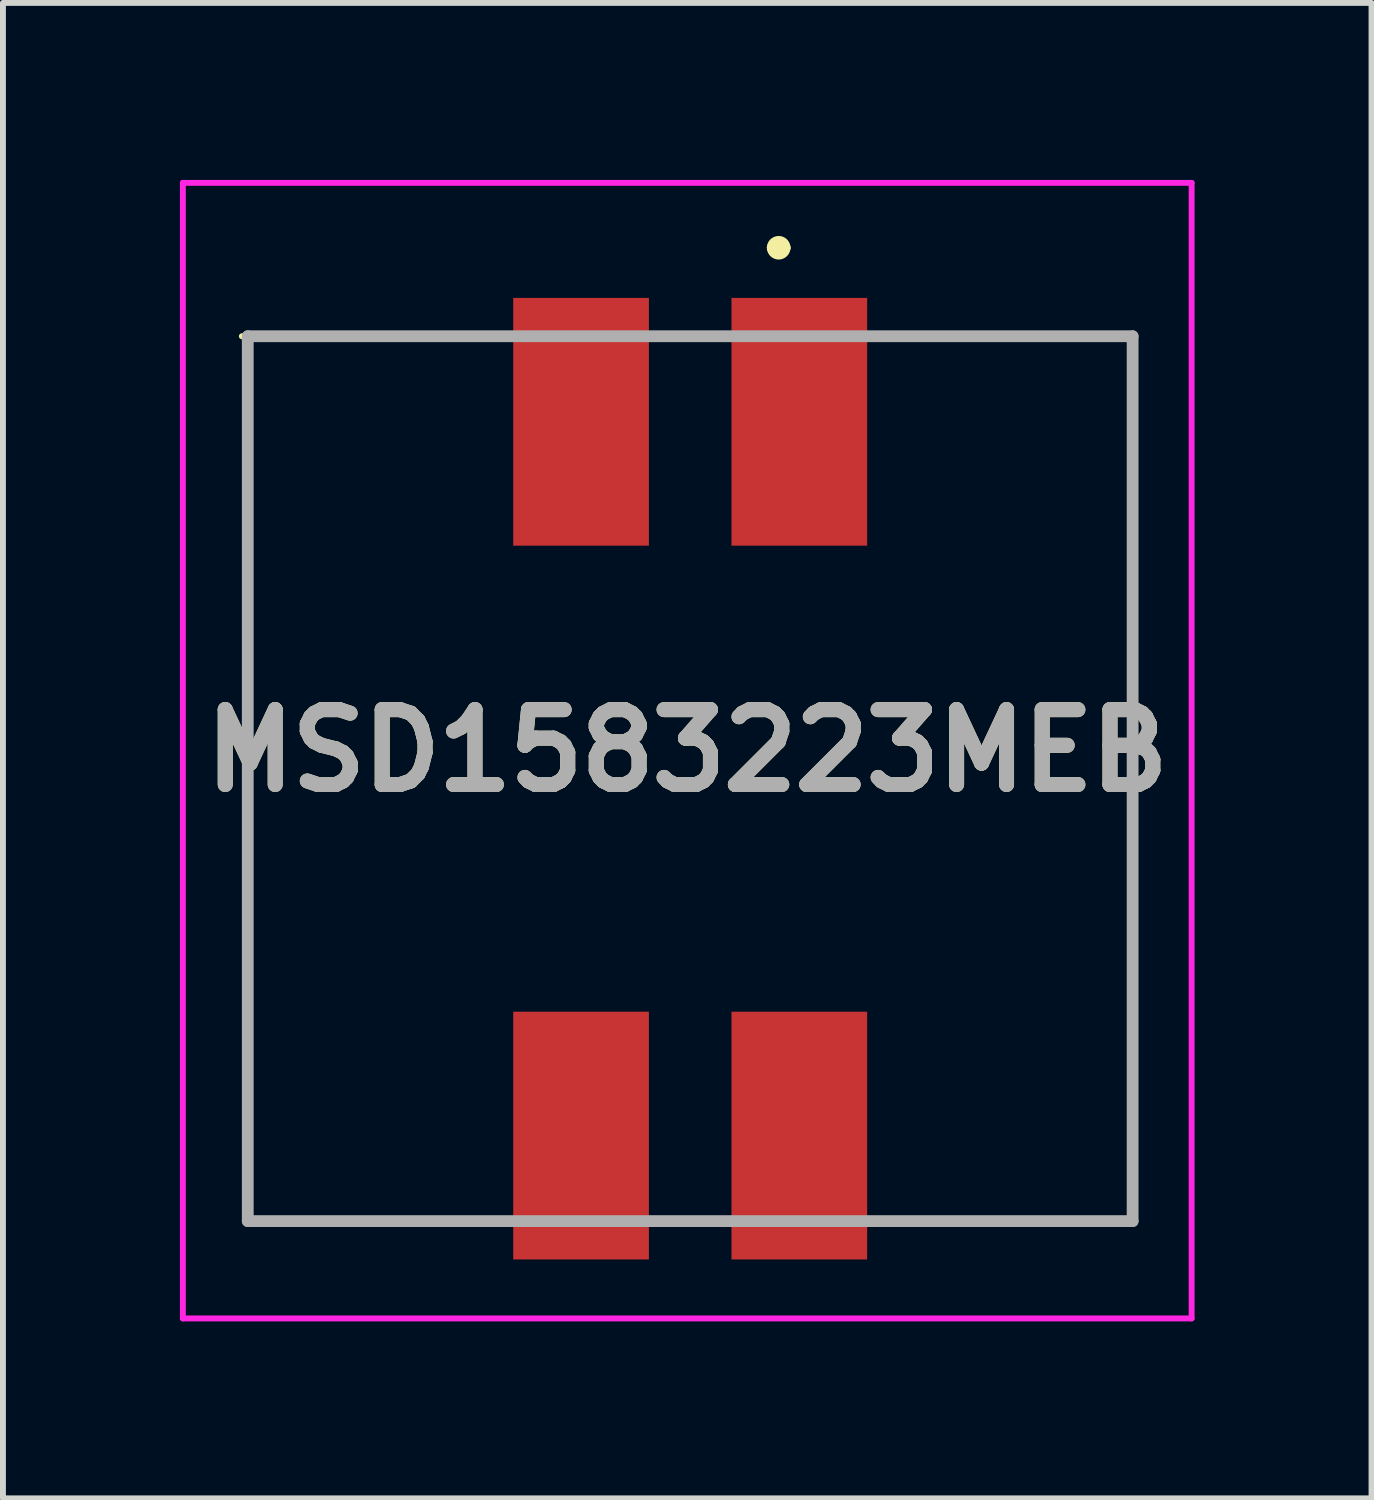
<source format=kicad_pcb>
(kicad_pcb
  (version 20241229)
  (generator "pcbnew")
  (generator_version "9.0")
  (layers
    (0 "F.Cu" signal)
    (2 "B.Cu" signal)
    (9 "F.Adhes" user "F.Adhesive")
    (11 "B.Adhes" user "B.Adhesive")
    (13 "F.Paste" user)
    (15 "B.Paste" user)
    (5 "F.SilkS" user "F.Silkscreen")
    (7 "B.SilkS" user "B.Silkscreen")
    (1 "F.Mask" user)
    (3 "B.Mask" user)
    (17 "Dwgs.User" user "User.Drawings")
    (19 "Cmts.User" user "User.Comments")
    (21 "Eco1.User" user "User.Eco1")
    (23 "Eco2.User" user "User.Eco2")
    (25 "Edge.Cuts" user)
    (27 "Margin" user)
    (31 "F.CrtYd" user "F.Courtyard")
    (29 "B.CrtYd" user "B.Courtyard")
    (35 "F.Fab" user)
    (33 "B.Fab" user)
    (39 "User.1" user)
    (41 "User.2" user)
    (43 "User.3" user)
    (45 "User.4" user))
  (footprint "MSD1583223MEB"
    (layer "F.Cu")
    (at 8.65 10.15)
    (property "Reference" "MSD1583223MEB" (at -0.05 -0.475 0) (layer "F.SilkS") (effects (font (size 1.27 1.27) (thickness 0.254))))
    (attr smd)
    (fp_line (start -7.5 -7.5) (end -7.5 7.5) (stroke (width 0.1) (type solid)) (layer "F.SilkS"))
    (fp_line (start -7.5 7.5) (end -3.6 7.5) (stroke (width 0.1) (type solid)) (layer "F.SilkS"))
    (fp_line (start -3.6 -7.5) (end -7.6 -7.5) (stroke (width 0.1) (type solid)) (layer "F.SilkS"))
    (fp_line (start 1.4 -9) (end 1.4 -9) (stroke (width 0.2) (type solid)) (layer "F.SilkS"))
    (fp_line (start 1.6 -9) (end 1.6 -9) (stroke (width 0.2) (type solid)) (layer "F.SilkS"))
    (fp_line (start 3.6 -7.5) (end 7.5 -7.5) (stroke (width 0.1) (type solid)) (layer "F.SilkS"))
    (fp_line (start 7.5 -7.5) (end 7.5 7.5) (stroke (width 0.1) (type solid)) (layer "F.SilkS"))
    (fp_line (start 7.5 7.5) (end 3.4 7.5) (stroke (width 0.1) (type solid)) (layer "F.SilkS"))
    (fp_arc (start 1.4 -9) (mid 1.5 -9.1) (end 1.6 -9) (stroke (width 0.2) (type solid)) (layer "F.SilkS"))
    (fp_arc (start 1.6 -9) (mid 1.5 -8.9) (end 1.4 -9) (stroke (width 0.2) (type solid)) (layer "F.SilkS"))
    (fp_line (start -8.6 -10.1) (end 8.5 -10.1) (stroke (width 0.1) (type solid)) (layer "F.CrtYd"))
    (fp_line (start -8.6 9.15) (end -8.6 -10.1) (stroke (width 0.1) (type solid)) (layer "F.CrtYd"))
    (fp_line (start 8.5 -10.1) (end 8.5 9.15) (stroke (width 0.1) (type solid)) (layer "F.CrtYd"))
    (fp_line (start 8.5 9.15) (end -8.6 9.15) (stroke (width 0.1) (type solid)) (layer "F.CrtYd"))
    (fp_line (start -7.5 -7.5) (end 7.5 -7.5) (stroke (width 0.2) (type solid)) (layer "F.Fab"))
    (fp_line (start -7.5 7.5) (end -7.5 -7.5) (stroke (width 0.2) (type solid)) (layer "F.Fab"))
    (fp_line (start 7.5 -7.5) (end 7.5 7.5) (stroke (width 0.2) (type solid)) (layer "F.Fab"))
    (fp_line (start 7.5 7.5) (end -7.5 7.5) (stroke (width 0.2) (type solid)) (layer "F.Fab"))
    (fp_text user "${REFERENCE}" (at -0.05 -0.475 0) (layer "F.Fab") (effects (font (size 1.27 1.27) (thickness 0.254))))
    (pad "1" smd rect (at 1.85 -6.05) (size 2.3 4.2) (layers "F.Cu" "F.Mask" "F.Paste"))
    (pad "2" smd rect (at -1.85 -6.05) (size 2.3 4.2) (layers "F.Cu" "F.Mask" "F.Paste"))
    (pad "3" smd rect (at -1.85 6.05) (size 2.3 4.2) (layers "F.Cu" "F.Mask" "F.Paste"))
    (pad "4" smd rect (at 1.85 6.05) (size 2.3 4.2) (layers "F.Cu" "F.Mask" "F.Paste")))
  (gr_rect
    (start -3 -3)
    (end 20.2 22.35)
    (stroke (width 0.1) (type default))
    (fill no)
    (layer "Edge.Cuts")))
</source>
